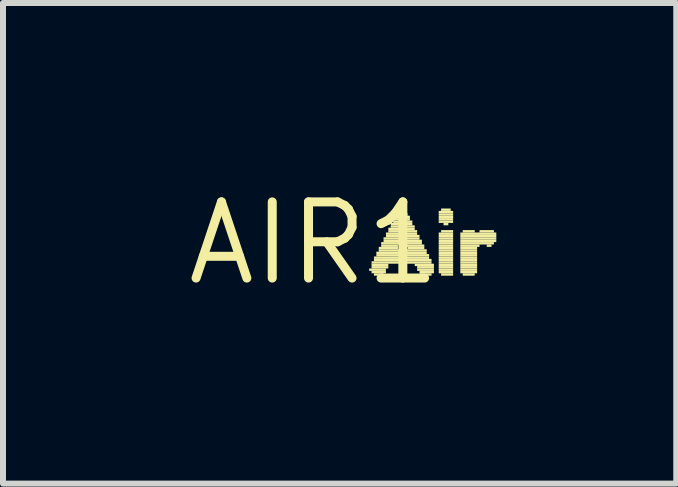
<source format=kicad_pcb>
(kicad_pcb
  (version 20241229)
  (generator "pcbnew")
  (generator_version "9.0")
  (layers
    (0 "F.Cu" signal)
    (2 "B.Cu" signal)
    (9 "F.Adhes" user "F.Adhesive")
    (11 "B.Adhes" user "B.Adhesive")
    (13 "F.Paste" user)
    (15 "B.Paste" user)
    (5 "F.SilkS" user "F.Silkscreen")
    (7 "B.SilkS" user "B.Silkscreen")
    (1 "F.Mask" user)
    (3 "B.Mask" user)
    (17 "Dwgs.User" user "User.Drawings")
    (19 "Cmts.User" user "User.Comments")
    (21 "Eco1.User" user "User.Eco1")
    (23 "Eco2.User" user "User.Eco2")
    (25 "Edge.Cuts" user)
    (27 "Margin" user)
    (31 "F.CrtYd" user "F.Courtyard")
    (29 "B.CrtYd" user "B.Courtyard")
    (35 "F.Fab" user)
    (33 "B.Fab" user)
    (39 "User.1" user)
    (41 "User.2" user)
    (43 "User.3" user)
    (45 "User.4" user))
  (footprint "AIR1"
    (layer "F.Cu")
    (at 2.184 1.006)
    (property "Reference" "AIR1" (at 0 0 0) (layer "F.SilkS") (effects (font (size 1.27 1.27) (thickness 0.15))))
    (fp_poly (pts (xy 0.92 0.46) (xy 1.2 0.46) (xy 1.2 0.42) (xy 0.92 0.42)) (stroke (width 0) (type default)) (fill yes) (layer "F.SilkS"))
    (fp_poly (pts (xy 0.96 0.34) (xy 1.96 0.34) (xy 1.96 0.3) (xy 0.96 0.3)) (stroke (width 0) (type default)) (fill yes) (layer "F.SilkS"))
    (fp_poly (pts (xy 0.96 0.38) (xy 1.24 0.38) (xy 1.24 0.34) (xy 0.96 0.34)) (stroke (width 0) (type default)) (fill yes) (layer "F.SilkS"))
    (fp_poly (pts (xy 0.96 0.42) (xy 1.24 0.42) (xy 1.24 0.38) (xy 0.96 0.38)) (stroke (width 0) (type default)) (fill yes) (layer "F.SilkS"))
    (fp_poly (pts (xy 0.96 0.5) (xy 1.2 0.5) (xy 1.2 0.46) (xy 0.96 0.46)) (stroke (width 0) (type default)) (fill yes) (layer "F.SilkS"))
    (fp_poly (pts (xy 1 0.26) (xy 1.92 0.26) (xy 1.92 0.22) (xy 1 0.22)) (stroke (width 0) (type default)) (fill yes) (layer "F.SilkS"))
    (fp_poly (pts (xy 1 0.3) (xy 1.96 0.3) (xy 1.96 0.26) (xy 1 0.26)) (stroke (width 0) (type default)) (fill yes) (layer "F.SilkS"))
    (fp_poly (pts (xy 1 0.54) (xy 1.16 0.54) (xy 1.16 0.5) (xy 1 0.5)) (stroke (width 0) (type default)) (fill yes) (layer "F.SilkS"))
    (fp_poly (pts (xy 1.04 0.18) (xy 1.88 0.18) (xy 1.88 0.14) (xy 1.04 0.14)) (stroke (width 0) (type default)) (fill yes) (layer "F.SilkS"))
    (fp_poly (pts (xy 1.04 0.22) (xy 1.92 0.22) (xy 1.92 0.18) (xy 1.04 0.18)) (stroke (width 0) (type default)) (fill yes) (layer "F.SilkS"))
    (fp_poly (pts (xy 1.08 0.1) (xy 1.4 0.1) (xy 1.4 0.06) (xy 1.08 0.06)) (stroke (width 0) (type default)) (fill yes) (layer "F.SilkS"))
    (fp_poly (pts (xy 1.08 0.14) (xy 1.88 0.14) (xy 1.88 0.1) (xy 1.08 0.1)) (stroke (width 0) (type default)) (fill yes) (layer "F.SilkS"))
    (fp_poly (pts (xy 1.12 0.02) (xy 1.44 0.02) (xy 1.44 -0.02) (xy 1.12 -0.02)) (stroke (width 0) (type default)) (fill yes) (layer "F.SilkS"))
    (fp_poly (pts (xy 1.12 0.06) (xy 1.4 0.06) (xy 1.4 0.02) (xy 1.12 0.02)) (stroke (width 0) (type default)) (fill yes) (layer "F.SilkS"))
    (fp_poly (pts (xy 1.16 -0.06) (xy 1.76 -0.06) (xy 1.76 -0.1) (xy 1.16 -0.1)) (stroke (width 0) (type default)) (fill yes) (layer "F.SilkS"))
    (fp_poly (pts (xy 1.16 -0.02) (xy 1.44 -0.02) (xy 1.44 -0.06) (xy 1.16 -0.06)) (stroke (width 0) (type default)) (fill yes) (layer "F.SilkS"))
    (fp_poly (pts (xy 1.2 -0.14) (xy 1.72 -0.14) (xy 1.72 -0.18) (xy 1.2 -0.18)) (stroke (width 0) (type default)) (fill yes) (layer "F.SilkS"))
    (fp_poly (pts (xy 1.2 -0.1) (xy 1.76 -0.1) (xy 1.76 -0.14) (xy 1.2 -0.14)) (stroke (width 0) (type default)) (fill yes) (layer "F.SilkS"))
    (fp_poly (pts (xy 1.24 -0.22) (xy 1.68 -0.22) (xy 1.68 -0.26) (xy 1.24 -0.26)) (stroke (width 0) (type default)) (fill yes) (layer "F.SilkS"))
    (fp_poly (pts (xy 1.24 -0.18) (xy 1.72 -0.18) (xy 1.72 -0.22) (xy 1.24 -0.22)) (stroke (width 0) (type default)) (fill yes) (layer "F.SilkS"))
    (fp_poly (pts (xy 1.28 -0.3) (xy 1.64 -0.3) (xy 1.64 -0.34) (xy 1.28 -0.34)) (stroke (width 0) (type default)) (fill yes) (layer "F.SilkS"))
    (fp_poly (pts (xy 1.28 -0.26) (xy 1.68 -0.26) (xy 1.68 -0.3) (xy 1.28 -0.3)) (stroke (width 0) (type default)) (fill yes) (layer "F.SilkS"))
    (fp_poly (pts (xy 1.32 -0.38) (xy 1.6 -0.38) (xy 1.6 -0.42) (xy 1.32 -0.42)) (stroke (width 0) (type default)) (fill yes) (layer "F.SilkS"))
    (fp_poly (pts (xy 1.32 -0.34) (xy 1.64 -0.34) (xy 1.64 -0.38) (xy 1.32 -0.38)) (stroke (width 0) (type default)) (fill yes) (layer "F.SilkS"))
    (fp_poly (pts (xy 1.36 -0.46) (xy 1.56 -0.46) (xy 1.56 -0.5) (xy 1.36 -0.5)) (stroke (width 0) (type default)) (fill yes) (layer "F.SilkS"))
    (fp_poly (pts (xy 1.36 -0.42) (xy 1.6 -0.42) (xy 1.6 -0.46) (xy 1.36 -0.46)) (stroke (width 0) (type default)) (fill yes) (layer "F.SilkS"))
    (fp_poly (pts (xy 1.44 -0.5) (xy 1.48 -0.5) (xy 1.48 -0.54) (xy 1.44 -0.54)) (stroke (width 0) (type default)) (fill yes) (layer "F.SilkS"))
    (fp_poly (pts (xy 1.48 -0.02) (xy 1.8 -0.02) (xy 1.8 -0.06) (xy 1.48 -0.06)) (stroke (width 0) (type default)) (fill yes) (layer "F.SilkS"))
    (fp_poly (pts (xy 1.52 0.02) (xy 1.8 0.02) (xy 1.8 -0.02) (xy 1.52 -0.02)) (stroke (width 0) (type default)) (fill yes) (layer "F.SilkS"))
    (fp_poly (pts (xy 1.52 0.06) (xy 1.84 0.06) (xy 1.84 0.02) (xy 1.52 0.02)) (stroke (width 0) (type default)) (fill yes) (layer "F.SilkS"))
    (fp_poly (pts (xy 1.56 0.1) (xy 1.84 0.1) (xy 1.84 0.06) (xy 1.56 0.06)) (stroke (width 0) (type default)) (fill yes) (layer "F.SilkS"))
    (fp_poly (pts (xy 1.68 0.38) (xy 2 0.38) (xy 2 0.34) (xy 1.68 0.34)) (stroke (width 0) (type default)) (fill yes) (layer "F.SilkS"))
    (fp_poly (pts (xy 1.72 0.42) (xy 2 0.42) (xy 2 0.38) (xy 1.72 0.38)) (stroke (width 0) (type default)) (fill yes) (layer "F.SilkS"))
    (fp_poly (pts (xy 1.72 0.46) (xy 2 0.46) (xy 2 0.42) (xy 1.72 0.42)) (stroke (width 0) (type default)) (fill yes) (layer "F.SilkS"))
    (fp_poly (pts (xy 1.76 0.5) (xy 2 0.5) (xy 2 0.46) (xy 1.76 0.46)) (stroke (width 0) (type default)) (fill yes) (layer "F.SilkS"))
    (fp_poly (pts (xy 1.76 0.54) (xy 1.96 0.54) (xy 1.96 0.5) (xy 1.76 0.5)) (stroke (width 0) (type default)) (fill yes) (layer "F.SilkS"))
    (fp_poly (pts (xy 2.08 -0.5) (xy 2.32 -0.5) (xy 2.32 -0.54) (xy 2.08 -0.54)) (stroke (width 0) (type default)) (fill yes) (layer "F.SilkS"))
    (fp_poly (pts (xy 2.08 -0.46) (xy 2.32 -0.46) (xy 2.32 -0.5) (xy 2.08 -0.5)) (stroke (width 0) (type default)) (fill yes) (layer "F.SilkS"))
    (fp_poly (pts (xy 2.08 -0.42) (xy 2.32 -0.42) (xy 2.32 -0.46) (xy 2.08 -0.46)) (stroke (width 0) (type default)) (fill yes) (layer "F.SilkS"))
    (fp_poly (pts (xy 2.08 -0.38) (xy 2.32 -0.38) (xy 2.32 -0.42) (xy 2.08 -0.42)) (stroke (width 0) (type default)) (fill yes) (layer "F.SilkS"))
    (fp_poly (pts (xy 2.08 -0.34) (xy 2.32 -0.34) (xy 2.32 -0.38) (xy 2.08 -0.38)) (stroke (width 0) (type default)) (fill yes) (layer "F.SilkS"))
    (fp_poly (pts (xy 2.08 -0.14) (xy 2.32 -0.14) (xy 2.32 -0.18) (xy 2.08 -0.18)) (stroke (width 0) (type default)) (fill yes) (layer "F.SilkS"))
    (fp_poly (pts (xy 2.08 -0.1) (xy 2.32 -0.1) (xy 2.32 -0.14) (xy 2.08 -0.14)) (stroke (width 0) (type default)) (fill yes) (layer "F.SilkS"))
    (fp_poly (pts (xy 2.08 -0.06) (xy 2.32 -0.06) (xy 2.32 -0.1) (xy 2.08 -0.1)) (stroke (width 0) (type default)) (fill yes) (layer "F.SilkS"))
    (fp_poly (pts (xy 2.08 -0.02) (xy 2.32 -0.02) (xy 2.32 -0.06) (xy 2.08 -0.06)) (stroke (width 0) (type default)) (fill yes) (layer "F.SilkS"))
    (fp_poly (pts (xy 2.08 0.02) (xy 2.32 0.02) (xy 2.32 -0.02) (xy 2.08 -0.02)) (stroke (width 0) (type default)) (fill yes) (layer "F.SilkS"))
    (fp_poly (pts (xy 2.08 0.06) (xy 2.32 0.06) (xy 2.32 0.02) (xy 2.08 0.02)) (stroke (width 0) (type default)) (fill yes) (layer "F.SilkS"))
    (fp_poly (pts (xy 2.08 0.1) (xy 2.32 0.1) (xy 2.32 0.06) (xy 2.08 0.06)) (stroke (width 0) (type default)) (fill yes) (layer "F.SilkS"))
    (fp_poly (pts (xy 2.08 0.14) (xy 2.32 0.14) (xy 2.32 0.1) (xy 2.08 0.1)) (stroke (width 0) (type default)) (fill yes) (layer "F.SilkS"))
    (fp_poly (pts (xy 2.08 0.18) (xy 2.32 0.18) (xy 2.32 0.14) (xy 2.08 0.14)) (stroke (width 0) (type default)) (fill yes) (layer "F.SilkS"))
    (fp_poly (pts (xy 2.08 0.22) (xy 2.32 0.22) (xy 2.32 0.18) (xy 2.08 0.18)) (stroke (width 0) (type default)) (fill yes) (layer "F.SilkS"))
    (fp_poly (pts (xy 2.08 0.26) (xy 2.32 0.26) (xy 2.32 0.22) (xy 2.08 0.22)) (stroke (width 0) (type default)) (fill yes) (layer "F.SilkS"))
    (fp_poly (pts (xy 2.08 0.3) (xy 2.32 0.3) (xy 2.32 0.26) (xy 2.08 0.26)) (stroke (width 0) (type default)) (fill yes) (layer "F.SilkS"))
    (fp_poly (pts (xy 2.08 0.34) (xy 2.32 0.34) (xy 2.32 0.3) (xy 2.08 0.3)) (stroke (width 0) (type default)) (fill yes) (layer "F.SilkS"))
    (fp_poly (pts (xy 2.08 0.38) (xy 2.32 0.38) (xy 2.32 0.34) (xy 2.08 0.34)) (stroke (width 0) (type default)) (fill yes) (layer "F.SilkS"))
    (fp_poly (pts (xy 2.08 0.42) (xy 2.32 0.42) (xy 2.32 0.38) (xy 2.08 0.38)) (stroke (width 0) (type default)) (fill yes) (layer "F.SilkS"))
    (fp_poly (pts (xy 2.08 0.46) (xy 2.32 0.46) (xy 2.32 0.42) (xy 2.08 0.42)) (stroke (width 0) (type default)) (fill yes) (layer "F.SilkS"))
    (fp_poly (pts (xy 2.08 0.5) (xy 2.32 0.5) (xy 2.32 0.46) (xy 2.08 0.46)) (stroke (width 0) (type default)) (fill yes) (layer "F.SilkS"))
    (fp_poly (pts (xy 2.12 -0.54) (xy 2.28 -0.54) (xy 2.28 -0.58) (xy 2.12 -0.58)) (stroke (width 0) (type default)) (fill yes) (layer "F.SilkS"))
    (fp_poly (pts (xy 2.12 -0.18) (xy 2.32 -0.18) (xy 2.32 -0.22) (xy 2.12 -0.22)) (stroke (width 0) (type default)) (fill yes) (layer "F.SilkS"))
    (fp_poly (pts (xy 2.12 0.54) (xy 2.32 0.54) (xy 2.32 0.5) (xy 2.12 0.5)) (stroke (width 0) (type default)) (fill yes) (layer "F.SilkS"))
    (fp_poly (pts (xy 2.16 -0.3) (xy 2.24 -0.3) (xy 2.24 -0.34) (xy 2.16 -0.34)) (stroke (width 0) (type default)) (fill yes) (layer "F.SilkS"))
    (fp_poly (pts (xy 2.44 -0.14) (xy 3.04 -0.14) (xy 3.04 -0.18) (xy 2.44 -0.18)) (stroke (width 0) (type default)) (fill yes) (layer "F.SilkS"))
    (fp_poly (pts (xy 2.44 -0.1) (xy 3.04 -0.1) (xy 3.04 -0.14) (xy 2.44 -0.14)) (stroke (width 0) (type default)) (fill yes) (layer "F.SilkS"))
    (fp_poly (pts (xy 2.44 -0.06) (xy 3.04 -0.06) (xy 3.04 -0.1) (xy 2.44 -0.1)) (stroke (width 0) (type default)) (fill yes) (layer "F.SilkS"))
    (fp_poly (pts (xy 2.44 -0.02) (xy 3.04 -0.02) (xy 3.04 -0.06) (xy 2.44 -0.06)) (stroke (width 0) (type default)) (fill yes) (layer "F.SilkS"))
    (fp_poly (pts (xy 2.44 0.02) (xy 3 0.02) (xy 3 -0.02) (xy 2.44 -0.02)) (stroke (width 0) (type default)) (fill yes) (layer "F.SilkS"))
    (fp_poly (pts (xy 2.44 0.06) (xy 2.76 0.06) (xy 2.76 0.02) (xy 2.44 0.02)) (stroke (width 0) (type default)) (fill yes) (layer "F.SilkS"))
    (fp_poly (pts (xy 2.44 0.1) (xy 2.72 0.1) (xy 2.72 0.06) (xy 2.44 0.06)) (stroke (width 0) (type default)) (fill yes) (layer "F.SilkS"))
    (fp_poly (pts (xy 2.44 0.14) (xy 2.72 0.14) (xy 2.72 0.1) (xy 2.44 0.1)) (stroke (width 0) (type default)) (fill yes) (layer "F.SilkS"))
    (fp_poly (pts (xy 2.44 0.18) (xy 2.72 0.18) (xy 2.72 0.14) (xy 2.44 0.14)) (stroke (width 0) (type default)) (fill yes) (layer "F.SilkS"))
    (fp_poly (pts (xy 2.44 0.22) (xy 2.72 0.22) (xy 2.72 0.18) (xy 2.44 0.18)) (stroke (width 0) (type default)) (fill yes) (layer "F.SilkS"))
    (fp_poly (pts (xy 2.44 0.26) (xy 2.72 0.26) (xy 2.72 0.22) (xy 2.44 0.22)) (stroke (width 0) (type default)) (fill yes) (layer "F.SilkS"))
    (fp_poly (pts (xy 2.44 0.3) (xy 2.72 0.3) (xy 2.72 0.26) (xy 2.44 0.26)) (stroke (width 0) (type default)) (fill yes) (layer "F.SilkS"))
    (fp_poly (pts (xy 2.44 0.34) (xy 2.72 0.34) (xy 2.72 0.3) (xy 2.44 0.3)) (stroke (width 0) (type default)) (fill yes) (layer "F.SilkS"))
    (fp_poly (pts (xy 2.44 0.38) (xy 2.72 0.38) (xy 2.72 0.34) (xy 2.44 0.34)) (stroke (width 0) (type default)) (fill yes) (layer "F.SilkS"))
    (fp_poly (pts (xy 2.44 0.42) (xy 2.72 0.42) (xy 2.72 0.38) (xy 2.44 0.38)) (stroke (width 0) (type default)) (fill yes) (layer "F.SilkS"))
    (fp_poly (pts (xy 2.44 0.46) (xy 2.72 0.46) (xy 2.72 0.42) (xy 2.44 0.42)) (stroke (width 0) (type default)) (fill yes) (layer "F.SilkS"))
    (fp_poly (pts (xy 2.44 0.5) (xy 2.72 0.5) (xy 2.72 0.46) (xy 2.44 0.46)) (stroke (width 0) (type default)) (fill yes) (layer "F.SilkS"))
    (fp_poly (pts (xy 2.48 -0.18) (xy 2.68 -0.18) (xy 2.68 -0.22) (xy 2.48 -0.22)) (stroke (width 0) (type default)) (fill yes) (layer "F.SilkS"))
    (fp_poly (pts (xy 2.48 0.54) (xy 2.68 0.54) (xy 2.68 0.5) (xy 2.48 0.5)) (stroke (width 0) (type default)) (fill yes) (layer "F.SilkS"))
    (fp_poly (pts (xy 2.76 -0.18) (xy 3 -0.18) (xy 3 -0.22) (xy 2.76 -0.22)) (stroke (width 0) (type default)) (fill yes) (layer "F.SilkS"))
    (fp_poly (pts (xy 2.88 0.06) (xy 2.96 0.06) (xy 2.96 0.02) (xy 2.88 0.02)) (stroke (width 0) (type default)) (fill yes) (layer "F.SilkS")))
  (gr_rect
    (start -3 -3)
    (end 8.224 5.012)
    (stroke (width 0.1) (type default))
    (fill no)
    (layer "Edge.Cuts")))
</source>
